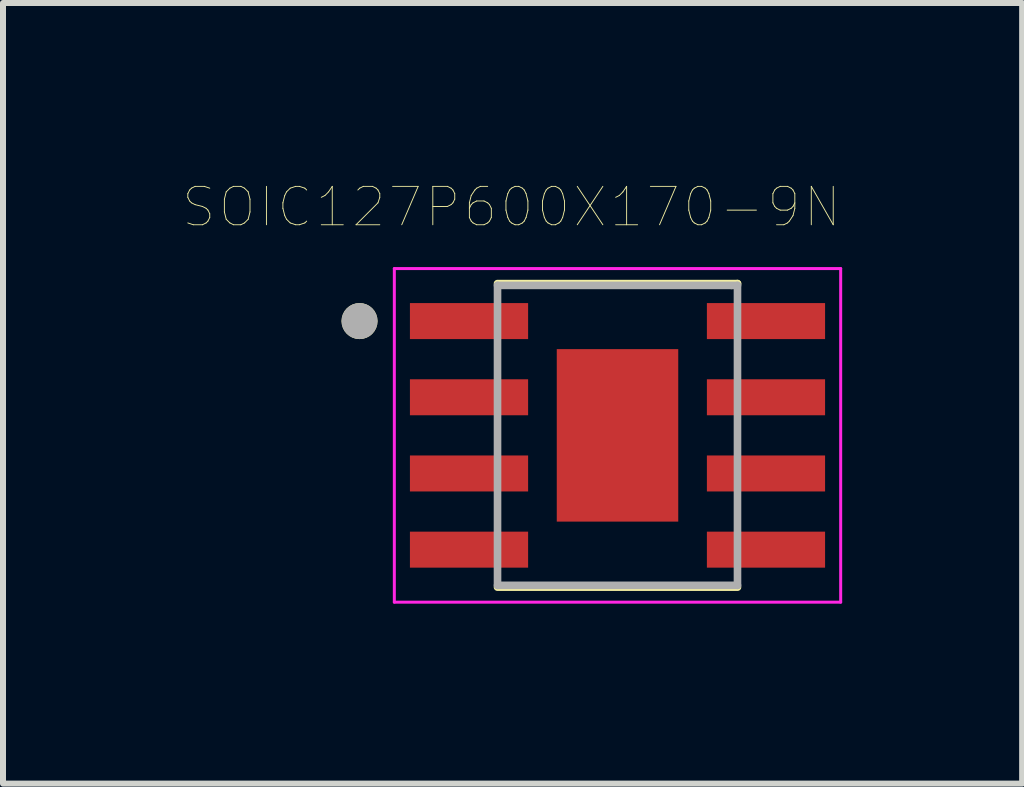
<source format=kicad_pcb>
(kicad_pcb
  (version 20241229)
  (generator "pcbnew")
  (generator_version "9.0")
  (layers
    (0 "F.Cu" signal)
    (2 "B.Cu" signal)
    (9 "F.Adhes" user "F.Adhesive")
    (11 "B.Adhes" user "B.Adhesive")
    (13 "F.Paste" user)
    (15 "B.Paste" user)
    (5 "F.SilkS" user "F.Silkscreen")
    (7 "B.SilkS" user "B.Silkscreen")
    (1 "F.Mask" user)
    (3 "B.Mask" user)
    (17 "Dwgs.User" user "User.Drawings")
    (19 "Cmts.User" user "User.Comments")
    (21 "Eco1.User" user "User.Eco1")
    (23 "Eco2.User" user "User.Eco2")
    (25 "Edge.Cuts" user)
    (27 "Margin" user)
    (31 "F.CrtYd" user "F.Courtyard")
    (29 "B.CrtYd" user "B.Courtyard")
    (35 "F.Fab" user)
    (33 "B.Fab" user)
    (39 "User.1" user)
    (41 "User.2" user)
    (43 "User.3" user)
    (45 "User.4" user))
  (footprint "SOIC127P600X170-9N"
    (layer "F.Cu")
    (at 7.243 4.207)
    (property "Reference" "SOIC127P600X170-9N" (at -1.768 -3.806 0) (layer "F.SilkS") (effects (font (size 0.64 0.64) (thickness 0.015))))
    (attr through_hole)
    (fp_line (start -2 -2.53) (end 2 -2.53) (stroke (width 0.127) (type solid)) (layer "F.SilkS"))
    (fp_line (start -2 2.53) (end 2 2.53) (stroke (width 0.127) (type solid)) (layer "F.SilkS"))
    (fp_line (start 2 -2.53) (end 1.9 -2.5) (stroke (width 0.127) (type solid)) (layer "F.SilkS"))
    (fp_circle (center -4.3 -1.905) (end -4.15 -1.905) (stroke (width 0.3) (type solid)) (fill no) (layer "F.SilkS"))
    (fp_poly (pts (xy -0.785 -1.205) (xy -0.115 -1.205) (xy -0.115 -0.115) (xy -0.785 -0.115)) (stroke (width 0.01) (type solid)) (fill yes) (layer "F.Paste"))
    (fp_poly (pts (xy -0.785 0.115) (xy -0.115 0.115) (xy -0.115 1.205) (xy -0.785 1.205)) (stroke (width 0.01) (type solid)) (fill yes) (layer "F.Paste"))
    (fp_poly (pts (xy 0.115 -1.205) (xy 0.785 -1.205) (xy 0.785 -0.115) (xy 0.115 -0.115)) (stroke (width 0.01) (type solid)) (fill yes) (layer "F.Paste"))
    (fp_poly (pts (xy 0.115 0.115) (xy 0.785 0.115) (xy 0.785 1.205) (xy 0.115 1.205)) (stroke (width 0.01) (type solid)) (fill yes) (layer "F.Paste"))
    (fp_line (start -3.72 -2.78) (end 3.72 -2.78) (stroke (width 0.05) (type solid)) (layer "F.CrtYd"))
    (fp_line (start -3.72 2.78) (end -3.72 -2.78) (stroke (width 0.05) (type solid)) (layer "F.CrtYd"))
    (fp_line (start 3.72 -2.78) (end 3.72 2.78) (stroke (width 0.05) (type solid)) (layer "F.CrtYd"))
    (fp_line (start 3.72 2.78) (end -3.72 2.78) (stroke (width 0.05) (type solid)) (layer "F.CrtYd"))
    (fp_line (start -2 -2.5) (end 2 -2.5) (stroke (width 0.127) (type solid)) (layer "F.Fab"))
    (fp_line (start -2 2.5) (end -2 -2.5) (stroke (width 0.127) (type solid)) (layer "F.Fab"))
    (fp_line (start 2 -2.5) (end 2 2.5) (stroke (width 0.127) (type solid)) (layer "F.Fab"))
    (fp_line (start 2 2.5) (end -2 2.5) (stroke (width 0.127) (type solid)) (layer "F.Fab"))
    (fp_circle (center -4.3 -1.905) (end -4.15 -1.905) (stroke (width 0.3) (type solid)) (fill no) (layer "F.Fab"))
    (pad "1" smd rect (at -2.475 -1.905) (size 1.97 0.6) (layers "F.Cu" "F.Mask" "F.Paste"))
    (pad "2" smd rect (at -2.475 -0.635) (size 1.97 0.6) (layers "F.Cu" "F.Mask" "F.Paste"))
    (pad "3" smd rect (at -2.475 0.635) (size 1.97 0.6) (layers "F.Cu" "F.Mask" "F.Paste"))
    (pad "4" smd rect (at -2.475 1.905) (size 1.97 0.6) (layers "F.Cu" "F.Mask" "F.Paste"))
    (pad "5" smd rect (at 2.475 1.905) (size 1.97 0.6) (layers "F.Cu" "F.Mask" "F.Paste"))
    (pad "6" smd rect (at 2.475 0.635) (size 1.97 0.6) (layers "F.Cu" "F.Mask" "F.Paste"))
    (pad "7" smd rect (at 2.475 -0.635) (size 1.97 0.6) (layers "F.Cu" "F.Mask" "F.Paste"))
    (pad "8" smd rect (at 2.475 -1.905) (size 1.97 0.6) (layers "F.Cu" "F.Mask" "F.Paste"))
    (pad "9" smd rect (at 0 0) (size 2.025 2.875) (layers "F.Cu" "F.Mask")))
  (gr_rect
    (start -3 -3)
    (end 13.988 10.012)
    (stroke (width 0.1) (type default))
    (fill no)
    (layer "Edge.Cuts")))
</source>
